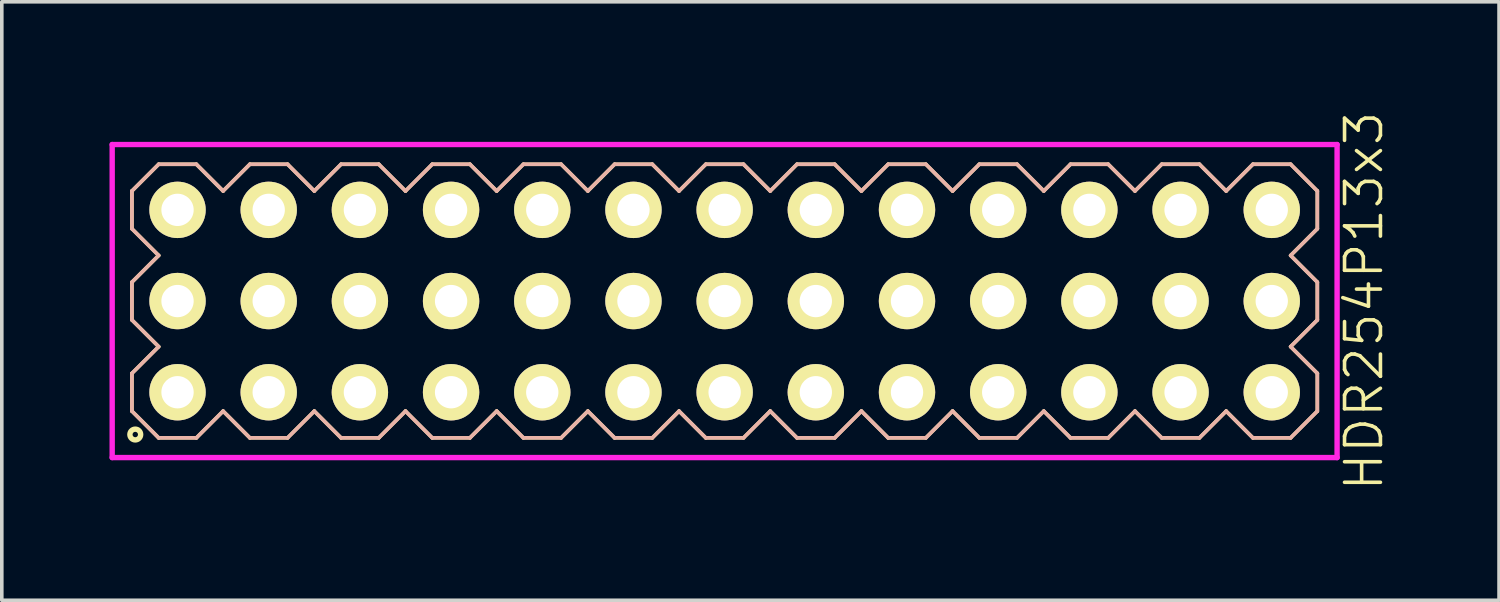
<source format=kicad_pcb>
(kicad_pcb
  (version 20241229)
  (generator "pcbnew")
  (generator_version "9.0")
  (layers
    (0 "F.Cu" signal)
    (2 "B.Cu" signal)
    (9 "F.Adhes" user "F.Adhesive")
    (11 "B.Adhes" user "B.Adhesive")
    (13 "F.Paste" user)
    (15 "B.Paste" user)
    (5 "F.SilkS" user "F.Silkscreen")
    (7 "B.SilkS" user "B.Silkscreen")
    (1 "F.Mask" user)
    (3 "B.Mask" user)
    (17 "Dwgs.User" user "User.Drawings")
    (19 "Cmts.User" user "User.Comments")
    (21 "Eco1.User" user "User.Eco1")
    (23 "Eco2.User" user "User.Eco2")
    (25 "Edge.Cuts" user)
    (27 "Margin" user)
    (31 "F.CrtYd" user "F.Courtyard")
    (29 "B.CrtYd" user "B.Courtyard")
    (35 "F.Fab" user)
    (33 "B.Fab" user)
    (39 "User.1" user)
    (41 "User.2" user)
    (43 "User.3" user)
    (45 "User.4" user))
  (footprint "HDR254P13x3"
    (layer "F.Cu")
    (at 17.135 5.336)
    (property "Reference" "HDR254P13x3" (at 17.81 0 90) (layer "F.SilkS") (effects (font (size 1 1) (thickness 0.1))))
    (attr through_hole)
    (fp_line (start -16.51 -3.066) (end -15.766 -3.81) (stroke (width 0.1) (type solid)) (layer "F.SilkS"))
    (fp_line (start -16.51 -2.014) (end -16.51 -3.066) (stroke (width 0.1) (type solid)) (layer "F.SilkS"))
    (fp_line (start -16.51 -0.526) (end -15.766 -1.27) (stroke (width 0.1) (type solid)) (layer "F.SilkS"))
    (fp_line (start -16.51 0.526) (end -16.51 -0.526) (stroke (width 0.1) (type solid)) (layer "F.SilkS"))
    (fp_line (start -16.51 2.014) (end -15.766 1.27) (stroke (width 0.1) (type solid)) (layer "F.SilkS"))
    (fp_line (start -16.51 3.066) (end -16.51 2.014) (stroke (width 0.1) (type solid)) (layer "F.SilkS"))
    (fp_line (start -15.766 -3.81) (end -14.714 -3.81) (stroke (width 0.1) (type solid)) (layer "F.SilkS"))
    (fp_line (start -15.766 -1.27) (end -16.51 -2.014) (stroke (width 0.1) (type solid)) (layer "F.SilkS"))
    (fp_line (start -15.766 1.27) (end -16.51 0.526) (stroke (width 0.1) (type solid)) (layer "F.SilkS"))
    (fp_line (start -15.766 3.81) (end -16.51 3.066) (stroke (width 0.1) (type solid)) (layer "F.SilkS"))
    (fp_line (start -14.714 -3.81) (end -13.97 -3.066) (stroke (width 0.1) (type solid)) (layer "F.SilkS"))
    (fp_line (start -14.714 3.81) (end -15.766 3.81) (stroke (width 0.1) (type solid)) (layer "F.SilkS"))
    (fp_line (start -13.97 -3.066) (end -13.226 -3.81) (stroke (width 0.1) (type solid)) (layer "F.SilkS"))
    (fp_line (start -13.97 3.066) (end -14.714 3.81) (stroke (width 0.1) (type solid)) (layer "F.SilkS"))
    (fp_line (start -13.226 -3.81) (end -12.174 -3.81) (stroke (width 0.1) (type solid)) (layer "F.SilkS"))
    (fp_line (start -13.226 3.81) (end -13.97 3.066) (stroke (width 0.1) (type solid)) (layer "F.SilkS"))
    (fp_line (start -12.174 -3.81) (end -11.43 -3.066) (stroke (width 0.1) (type solid)) (layer "F.SilkS"))
    (fp_line (start -12.174 3.81) (end -13.226 3.81) (stroke (width 0.1) (type solid)) (layer "F.SilkS"))
    (fp_line (start -11.43 -3.066) (end -10.686 -3.81) (stroke (width 0.1) (type solid)) (layer "F.SilkS"))
    (fp_line (start -11.43 3.066) (end -12.174 3.81) (stroke (width 0.1) (type solid)) (layer "F.SilkS"))
    (fp_line (start -10.686 -3.81) (end -9.634 -3.81) (stroke (width 0.1) (type solid)) (layer "F.SilkS"))
    (fp_line (start -10.686 3.81) (end -11.43 3.066) (stroke (width 0.1) (type solid)) (layer "F.SilkS"))
    (fp_line (start -9.634 -3.81) (end -8.89 -3.066) (stroke (width 0.1) (type solid)) (layer "F.SilkS"))
    (fp_line (start -9.634 3.81) (end -10.686 3.81) (stroke (width 0.1) (type solid)) (layer "F.SilkS"))
    (fp_line (start -8.89 -3.066) (end -8.146 -3.81) (stroke (width 0.1) (type solid)) (layer "F.SilkS"))
    (fp_line (start -8.89 3.066) (end -9.634 3.81) (stroke (width 0.1) (type solid)) (layer "F.SilkS"))
    (fp_line (start -8.146 -3.81) (end -7.094 -3.81) (stroke (width 0.1) (type solid)) (layer "F.SilkS"))
    (fp_line (start -8.146 3.81) (end -8.89 3.066) (stroke (width 0.1) (type solid)) (layer "F.SilkS"))
    (fp_line (start -7.094 -3.81) (end -6.35 -3.066) (stroke (width 0.1) (type solid)) (layer "F.SilkS"))
    (fp_line (start -7.094 3.81) (end -8.146 3.81) (stroke (width 0.1) (type solid)) (layer "F.SilkS"))
    (fp_line (start -6.35 -3.066) (end -5.606 -3.81) (stroke (width 0.1) (type solid)) (layer "F.SilkS"))
    (fp_line (start -6.35 3.066) (end -7.094 3.81) (stroke (width 0.1) (type solid)) (layer "F.SilkS"))
    (fp_line (start -5.606 -3.81) (end -4.554 -3.81) (stroke (width 0.1) (type solid)) (layer "F.SilkS"))
    (fp_line (start -5.606 3.81) (end -6.35 3.066) (stroke (width 0.1) (type solid)) (layer "F.SilkS"))
    (fp_line (start -4.554 -3.81) (end -3.81 -3.066) (stroke (width 0.1) (type solid)) (layer "F.SilkS"))
    (fp_line (start -4.554 3.81) (end -5.606 3.81) (stroke (width 0.1) (type solid)) (layer "F.SilkS"))
    (fp_line (start -3.81 -3.066) (end -3.066 -3.81) (stroke (width 0.1) (type solid)) (layer "F.SilkS"))
    (fp_line (start -3.81 3.066) (end -4.554 3.81) (stroke (width 0.1) (type solid)) (layer "F.SilkS"))
    (fp_line (start -3.066 -3.81) (end -2.014 -3.81) (stroke (width 0.1) (type solid)) (layer "F.SilkS"))
    (fp_line (start -3.066 3.81) (end -3.81 3.066) (stroke (width 0.1) (type solid)) (layer "F.SilkS"))
    (fp_line (start -2.014 -3.81) (end -1.27 -3.066) (stroke (width 0.1) (type solid)) (layer "F.SilkS"))
    (fp_line (start -2.014 3.81) (end -3.066 3.81) (stroke (width 0.1) (type solid)) (layer "F.SilkS"))
    (fp_line (start -1.27 -3.066) (end -0.526 -3.81) (stroke (width 0.1) (type solid)) (layer "F.SilkS"))
    (fp_line (start -1.27 3.066) (end -2.014 3.81) (stroke (width 0.1) (type solid)) (layer "F.SilkS"))
    (fp_line (start -0.526 -3.81) (end 0.526 -3.81) (stroke (width 0.1) (type solid)) (layer "F.SilkS"))
    (fp_line (start -0.526 3.81) (end -1.27 3.066) (stroke (width 0.1) (type solid)) (layer "F.SilkS"))
    (fp_line (start 0.526 -3.81) (end 1.27 -3.066) (stroke (width 0.1) (type solid)) (layer "F.SilkS"))
    (fp_line (start 0.526 3.81) (end -0.526 3.81) (stroke (width 0.1) (type solid)) (layer "F.SilkS"))
    (fp_line (start 1.27 -3.066) (end 2.014 -3.81) (stroke (width 0.1) (type solid)) (layer "F.SilkS"))
    (fp_line (start 1.27 3.066) (end 0.526 3.81) (stroke (width 0.1) (type solid)) (layer "F.SilkS"))
    (fp_line (start 2.014 -3.81) (end 3.066 -3.81) (stroke (width 0.1) (type solid)) (layer "F.SilkS"))
    (fp_line (start 2.014 3.81) (end 1.27 3.066) (stroke (width 0.1) (type solid)) (layer "F.SilkS"))
    (fp_line (start 3.066 -3.81) (end 3.81 -3.066) (stroke (width 0.1) (type solid)) (layer "F.SilkS"))
    (fp_line (start 3.066 3.81) (end 2.014 3.81) (stroke (width 0.1) (type solid)) (layer "F.SilkS"))
    (fp_line (start 3.81 -3.066) (end 4.554 -3.81) (stroke (width 0.1) (type solid)) (layer "F.SilkS"))
    (fp_line (start 3.81 3.066) (end 3.066 3.81) (stroke (width 0.1) (type solid)) (layer "F.SilkS"))
    (fp_line (start 4.554 -3.81) (end 5.606 -3.81) (stroke (width 0.1) (type solid)) (layer "F.SilkS"))
    (fp_line (start 4.554 3.81) (end 3.81 3.066) (stroke (width 0.1) (type solid)) (layer "F.SilkS"))
    (fp_line (start 5.606 -3.81) (end 6.35 -3.066) (stroke (width 0.1) (type solid)) (layer "F.SilkS"))
    (fp_line (start 5.606 3.81) (end 4.554 3.81) (stroke (width 0.1) (type solid)) (layer "F.SilkS"))
    (fp_line (start 6.35 -3.066) (end 7.094 -3.81) (stroke (width 0.1) (type solid)) (layer "F.SilkS"))
    (fp_line (start 6.35 3.066) (end 5.606 3.81) (stroke (width 0.1) (type solid)) (layer "F.SilkS"))
    (fp_line (start 7.094 -3.81) (end 8.146 -3.81) (stroke (width 0.1) (type solid)) (layer "F.SilkS"))
    (fp_line (start 7.094 3.81) (end 6.35 3.066) (stroke (width 0.1) (type solid)) (layer "F.SilkS"))
    (fp_line (start 8.146 -3.81) (end 8.89 -3.066) (stroke (width 0.1) (type solid)) (layer "F.SilkS"))
    (fp_line (start 8.146 3.81) (end 7.094 3.81) (stroke (width 0.1) (type solid)) (layer "F.SilkS"))
    (fp_line (start 8.89 -3.066) (end 9.634 -3.81) (stroke (width 0.1) (type solid)) (layer "F.SilkS"))
    (fp_line (start 8.89 3.066) (end 8.146 3.81) (stroke (width 0.1) (type solid)) (layer "F.SilkS"))
    (fp_line (start 9.634 -3.81) (end 10.686 -3.81) (stroke (width 0.1) (type solid)) (layer "F.SilkS"))
    (fp_line (start 9.634 3.81) (end 8.89 3.066) (stroke (width 0.1) (type solid)) (layer "F.SilkS"))
    (fp_line (start 10.686 -3.81) (end 11.43 -3.066) (stroke (width 0.1) (type solid)) (layer "F.SilkS"))
    (fp_line (start 10.686 3.81) (end 9.634 3.81) (stroke (width 0.1) (type solid)) (layer "F.SilkS"))
    (fp_line (start 11.43 -3.066) (end 12.174 -3.81) (stroke (width 0.1) (type solid)) (layer "F.SilkS"))
    (fp_line (start 11.43 3.066) (end 10.686 3.81) (stroke (width 0.1) (type solid)) (layer "F.SilkS"))
    (fp_line (start 12.174 -3.81) (end 13.226 -3.81) (stroke (width 0.1) (type solid)) (layer "F.SilkS"))
    (fp_line (start 12.174 3.81) (end 11.43 3.066) (stroke (width 0.1) (type solid)) (layer "F.SilkS"))
    (fp_line (start 13.226 -3.81) (end 13.97 -3.066) (stroke (width 0.1) (type solid)) (layer "F.SilkS"))
    (fp_line (start 13.226 3.81) (end 12.174 3.81) (stroke (width 0.1) (type solid)) (layer "F.SilkS"))
    (fp_line (start 13.97 -3.066) (end 14.714 -3.81) (stroke (width 0.1) (type solid)) (layer "F.SilkS"))
    (fp_line (start 13.97 3.066) (end 13.226 3.81) (stroke (width 0.1) (type solid)) (layer "F.SilkS"))
    (fp_line (start 14.714 -3.81) (end 15.766 -3.81) (stroke (width 0.1) (type solid)) (layer "F.SilkS"))
    (fp_line (start 14.714 3.81) (end 13.97 3.066) (stroke (width 0.1) (type solid)) (layer "F.SilkS"))
    (fp_line (start 15.766 -3.81) (end 16.51 -3.066) (stroke (width 0.1) (type solid)) (layer "F.SilkS"))
    (fp_line (start 15.766 -1.27) (end 16.51 -0.526) (stroke (width 0.1) (type solid)) (layer "F.SilkS"))
    (fp_line (start 15.766 1.27) (end 16.51 2.014) (stroke (width 0.1) (type solid)) (layer "F.SilkS"))
    (fp_line (start 15.766 3.81) (end 14.714 3.81) (stroke (width 0.1) (type solid)) (layer "F.SilkS"))
    (fp_line (start 16.51 -3.066) (end 16.51 -2.014) (stroke (width 0.1) (type solid)) (layer "F.SilkS"))
    (fp_line (start 16.51 -2.014) (end 15.766 -1.27) (stroke (width 0.1) (type solid)) (layer "F.SilkS"))
    (fp_line (start 16.51 -0.526) (end 16.51 0.526) (stroke (width 0.1) (type solid)) (layer "F.SilkS"))
    (fp_line (start 16.51 0.526) (end 15.766 1.27) (stroke (width 0.1) (type solid)) (layer "F.SilkS"))
    (fp_line (start 16.51 2.014) (end 16.51 3.066) (stroke (width 0.1) (type solid)) (layer "F.SilkS"))
    (fp_line (start 16.51 3.066) (end 15.766 3.81) (stroke (width 0.1) (type solid)) (layer "F.SilkS"))
    (fp_circle (center -16.417 3.718) (end -16.267 3.718) (stroke (width 0.15) (type solid)) (fill no) (layer "F.SilkS"))
    (fp_line (start -16.51 -3.066) (end -15.766 -3.81) (stroke (width 0.1) (type solid)) (layer "B.SilkS"))
    (fp_line (start -16.51 -2.014) (end -16.51 -3.066) (stroke (width 0.1) (type solid)) (layer "B.SilkS"))
    (fp_line (start -16.51 -0.526) (end -15.766 -1.27) (stroke (width 0.1) (type solid)) (layer "B.SilkS"))
    (fp_line (start -16.51 0.526) (end -16.51 -0.526) (stroke (width 0.1) (type solid)) (layer "B.SilkS"))
    (fp_line (start -16.51 2.014) (end -15.766 1.27) (stroke (width 0.1) (type solid)) (layer "B.SilkS"))
    (fp_line (start -16.51 3.066) (end -16.51 2.014) (stroke (width 0.1) (type solid)) (layer "B.SilkS"))
    (fp_line (start -15.766 -3.81) (end -14.714 -3.81) (stroke (width 0.1) (type solid)) (layer "B.SilkS"))
    (fp_line (start -15.766 -1.27) (end -16.51 -2.014) (stroke (width 0.1) (type solid)) (layer "B.SilkS"))
    (fp_line (start -15.766 1.27) (end -16.51 0.526) (stroke (width 0.1) (type solid)) (layer "B.SilkS"))
    (fp_line (start -15.766 3.81) (end -16.51 3.066) (stroke (width 0.1) (type solid)) (layer "B.SilkS"))
    (fp_line (start -14.714 -3.81) (end -13.97 -3.066) (stroke (width 0.1) (type solid)) (layer "B.SilkS"))
    (fp_line (start -14.714 3.81) (end -15.766 3.81) (stroke (width 0.1) (type solid)) (layer "B.SilkS"))
    (fp_line (start -13.97 -3.066) (end -13.226 -3.81) (stroke (width 0.1) (type solid)) (layer "B.SilkS"))
    (fp_line (start -13.97 3.066) (end -14.714 3.81) (stroke (width 0.1) (type solid)) (layer "B.SilkS"))
    (fp_line (start -13.226 -3.81) (end -12.174 -3.81) (stroke (width 0.1) (type solid)) (layer "B.SilkS"))
    (fp_line (start -13.226 3.81) (end -13.97 3.066) (stroke (width 0.1) (type solid)) (layer "B.SilkS"))
    (fp_line (start -12.174 -3.81) (end -11.43 -3.066) (stroke (width 0.1) (type solid)) (layer "B.SilkS"))
    (fp_line (start -12.174 3.81) (end -13.226 3.81) (stroke (width 0.1) (type solid)) (layer "B.SilkS"))
    (fp_line (start -11.43 -3.066) (end -10.686 -3.81) (stroke (width 0.1) (type solid)) (layer "B.SilkS"))
    (fp_line (start -11.43 3.066) (end -12.174 3.81) (stroke (width 0.1) (type solid)) (layer "B.SilkS"))
    (fp_line (start -10.686 -3.81) (end -9.634 -3.81) (stroke (width 0.1) (type solid)) (layer "B.SilkS"))
    (fp_line (start -10.686 3.81) (end -11.43 3.066) (stroke (width 0.1) (type solid)) (layer "B.SilkS"))
    (fp_line (start -9.634 -3.81) (end -8.89 -3.066) (stroke (width 0.1) (type solid)) (layer "B.SilkS"))
    (fp_line (start -9.634 3.81) (end -10.686 3.81) (stroke (width 0.1) (type solid)) (layer "B.SilkS"))
    (fp_line (start -8.89 -3.066) (end -8.146 -3.81) (stroke (width 0.1) (type solid)) (layer "B.SilkS"))
    (fp_line (start -8.89 3.066) (end -9.634 3.81) (stroke (width 0.1) (type solid)) (layer "B.SilkS"))
    (fp_line (start -8.146 -3.81) (end -7.094 -3.81) (stroke (width 0.1) (type solid)) (layer "B.SilkS"))
    (fp_line (start -8.146 3.81) (end -8.89 3.066) (stroke (width 0.1) (type solid)) (layer "B.SilkS"))
    (fp_line (start -7.094 -3.81) (end -6.35 -3.066) (stroke (width 0.1) (type solid)) (layer "B.SilkS"))
    (fp_line (start -7.094 3.81) (end -8.146 3.81) (stroke (width 0.1) (type solid)) (layer "B.SilkS"))
    (fp_line (start -6.35 -3.066) (end -5.606 -3.81) (stroke (width 0.1) (type solid)) (layer "B.SilkS"))
    (fp_line (start -6.35 3.066) (end -7.094 3.81) (stroke (width 0.1) (type solid)) (layer "B.SilkS"))
    (fp_line (start -5.606 -3.81) (end -4.554 -3.81) (stroke (width 0.1) (type solid)) (layer "B.SilkS"))
    (fp_line (start -5.606 3.81) (end -6.35 3.066) (stroke (width 0.1) (type solid)) (layer "B.SilkS"))
    (fp_line (start -4.554 -3.81) (end -3.81 -3.066) (stroke (width 0.1) (type solid)) (layer "B.SilkS"))
    (fp_line (start -4.554 3.81) (end -5.606 3.81) (stroke (width 0.1) (type solid)) (layer "B.SilkS"))
    (fp_line (start -3.81 -3.066) (end -3.066 -3.81) (stroke (width 0.1) (type solid)) (layer "B.SilkS"))
    (fp_line (start -3.81 3.066) (end -4.554 3.81) (stroke (width 0.1) (type solid)) (layer "B.SilkS"))
    (fp_line (start -3.066 -3.81) (end -2.014 -3.81) (stroke (width 0.1) (type solid)) (layer "B.SilkS"))
    (fp_line (start -3.066 3.81) (end -3.81 3.066) (stroke (width 0.1) (type solid)) (layer "B.SilkS"))
    (fp_line (start -2.014 -3.81) (end -1.27 -3.066) (stroke (width 0.1) (type solid)) (layer "B.SilkS"))
    (fp_line (start -2.014 3.81) (end -3.066 3.81) (stroke (width 0.1) (type solid)) (layer "B.SilkS"))
    (fp_line (start -1.27 -3.066) (end -0.526 -3.81) (stroke (width 0.1) (type solid)) (layer "B.SilkS"))
    (fp_line (start -1.27 3.066) (end -2.014 3.81) (stroke (width 0.1) (type solid)) (layer "B.SilkS"))
    (fp_line (start -0.526 -3.81) (end 0.526 -3.81) (stroke (width 0.1) (type solid)) (layer "B.SilkS"))
    (fp_line (start -0.526 3.81) (end -1.27 3.066) (stroke (width 0.1) (type solid)) (layer "B.SilkS"))
    (fp_line (start 0.526 -3.81) (end 1.27 -3.066) (stroke (width 0.1) (type solid)) (layer "B.SilkS"))
    (fp_line (start 0.526 3.81) (end -0.526 3.81) (stroke (width 0.1) (type solid)) (layer "B.SilkS"))
    (fp_line (start 1.27 -3.066) (end 2.014 -3.81) (stroke (width 0.1) (type solid)) (layer "B.SilkS"))
    (fp_line (start 1.27 3.066) (end 0.526 3.81) (stroke (width 0.1) (type solid)) (layer "B.SilkS"))
    (fp_line (start 2.014 -3.81) (end 3.066 -3.81) (stroke (width 0.1) (type solid)) (layer "B.SilkS"))
    (fp_line (start 2.014 3.81) (end 1.27 3.066) (stroke (width 0.1) (type solid)) (layer "B.SilkS"))
    (fp_line (start 3.066 -3.81) (end 3.81 -3.066) (stroke (width 0.1) (type solid)) (layer "B.SilkS"))
    (fp_line (start 3.066 3.81) (end 2.014 3.81) (stroke (width 0.1) (type solid)) (layer "B.SilkS"))
    (fp_line (start 3.81 -3.066) (end 4.554 -3.81) (stroke (width 0.1) (type solid)) (layer "B.SilkS"))
    (fp_line (start 3.81 3.066) (end 3.066 3.81) (stroke (width 0.1) (type solid)) (layer "B.SilkS"))
    (fp_line (start 4.554 -3.81) (end 5.606 -3.81) (stroke (width 0.1) (type solid)) (layer "B.SilkS"))
    (fp_line (start 4.554 3.81) (end 3.81 3.066) (stroke (width 0.1) (type solid)) (layer "B.SilkS"))
    (fp_line (start 5.606 -3.81) (end 6.35 -3.066) (stroke (width 0.1) (type solid)) (layer "B.SilkS"))
    (fp_line (start 5.606 3.81) (end 4.554 3.81) (stroke (width 0.1) (type solid)) (layer "B.SilkS"))
    (fp_line (start 6.35 -3.066) (end 7.094 -3.81) (stroke (width 0.1) (type solid)) (layer "B.SilkS"))
    (fp_line (start 6.35 3.066) (end 5.606 3.81) (stroke (width 0.1) (type solid)) (layer "B.SilkS"))
    (fp_line (start 7.094 -3.81) (end 8.146 -3.81) (stroke (width 0.1) (type solid)) (layer "B.SilkS"))
    (fp_line (start 7.094 3.81) (end 6.35 3.066) (stroke (width 0.1) (type solid)) (layer "B.SilkS"))
    (fp_line (start 8.146 -3.81) (end 8.89 -3.066) (stroke (width 0.1) (type solid)) (layer "B.SilkS"))
    (fp_line (start 8.146 3.81) (end 7.094 3.81) (stroke (width 0.1) (type solid)) (layer "B.SilkS"))
    (fp_line (start 8.89 -3.066) (end 9.634 -3.81) (stroke (width 0.1) (type solid)) (layer "B.SilkS"))
    (fp_line (start 8.89 3.066) (end 8.146 3.81) (stroke (width 0.1) (type solid)) (layer "B.SilkS"))
    (fp_line (start 9.634 -3.81) (end 10.686 -3.81) (stroke (width 0.1) (type solid)) (layer "B.SilkS"))
    (fp_line (start 9.634 3.81) (end 8.89 3.066) (stroke (width 0.1) (type solid)) (layer "B.SilkS"))
    (fp_line (start 10.686 -3.81) (end 11.43 -3.066) (stroke (width 0.1) (type solid)) (layer "B.SilkS"))
    (fp_line (start 10.686 3.81) (end 9.634 3.81) (stroke (width 0.1) (type solid)) (layer "B.SilkS"))
    (fp_line (start 11.43 -3.066) (end 12.174 -3.81) (stroke (width 0.1) (type solid)) (layer "B.SilkS"))
    (fp_line (start 11.43 3.066) (end 10.686 3.81) (stroke (width 0.1) (type solid)) (layer "B.SilkS"))
    (fp_line (start 12.174 -3.81) (end 13.226 -3.81) (stroke (width 0.1) (type solid)) (layer "B.SilkS"))
    (fp_line (start 12.174 3.81) (end 11.43 3.066) (stroke (width 0.1) (type solid)) (layer "B.SilkS"))
    (fp_line (start 13.226 -3.81) (end 13.97 -3.066) (stroke (width 0.1) (type solid)) (layer "B.SilkS"))
    (fp_line (start 13.226 3.81) (end 12.174 3.81) (stroke (width 0.1) (type solid)) (layer "B.SilkS"))
    (fp_line (start 13.97 -3.066) (end 14.714 -3.81) (stroke (width 0.1) (type solid)) (layer "B.SilkS"))
    (fp_line (start 13.97 3.066) (end 13.226 3.81) (stroke (width 0.1) (type solid)) (layer "B.SilkS"))
    (fp_line (start 14.714 -3.81) (end 15.766 -3.81) (stroke (width 0.1) (type solid)) (layer "B.SilkS"))
    (fp_line (start 14.714 3.81) (end 13.97 3.066) (stroke (width 0.1) (type solid)) (layer "B.SilkS"))
    (fp_line (start 15.766 -3.81) (end 16.51 -3.066) (stroke (width 0.1) (type solid)) (layer "B.SilkS"))
    (fp_line (start 15.766 -1.27) (end 16.51 -0.526) (stroke (width 0.1) (type solid)) (layer "B.SilkS"))
    (fp_line (start 15.766 1.27) (end 16.51 2.014) (stroke (width 0.1) (type solid)) (layer "B.SilkS"))
    (fp_line (start 15.766 3.81) (end 14.714 3.81) (stroke (width 0.1) (type solid)) (layer "B.SilkS"))
    (fp_line (start 16.51 -3.066) (end 16.51 -2.014) (stroke (width 0.1) (type solid)) (layer "B.SilkS"))
    (fp_line (start 16.51 -2.014) (end 15.766 -1.27) (stroke (width 0.1) (type solid)) (layer "B.SilkS"))
    (fp_line (start 16.51 -0.526) (end 16.51 0.526) (stroke (width 0.1) (type solid)) (layer "B.SilkS"))
    (fp_line (start 16.51 0.526) (end 15.766 1.27) (stroke (width 0.1) (type solid)) (layer "B.SilkS"))
    (fp_line (start 16.51 2.014) (end 16.51 3.066) (stroke (width 0.1) (type solid)) (layer "B.SilkS"))
    (fp_line (start 16.51 3.066) (end 15.766 3.81) (stroke (width 0.1) (type solid)) (layer "B.SilkS"))
    (fp_line (start -17.06 -4.36) (end -17.06 4.36) (stroke (width 0.15) (type solid)) (layer "F.CrtYd"))
    (fp_line (start -17.06 4.36) (end 17.06 4.36) (stroke (width 0.15) (type solid)) (layer "F.CrtYd"))
    (fp_line (start 17.06 -4.36) (end -17.06 -4.36) (stroke (width 0.15) (type solid)) (layer "F.CrtYd"))
    (fp_line (start 17.06 4.36) (end 17.06 -4.36) (stroke (width 0.15) (type solid)) (layer "F.CrtYd"))
    (pad "1" thru_hole oval (at -15.24 2.54) (size 1.57 1.57) (drill 0.9) (layers "*.Cu" "*.Mask" "F.SilkS"))
    (pad "2" thru_hole oval (at -15.24 0) (size 1.57 1.57) (drill 0.9) (layers "*.Cu" "*.Mask" "F.SilkS"))
    (pad "3" thru_hole oval (at -15.24 -2.54) (size 1.57 1.57) (drill 0.9) (layers "*.Cu" "*.Mask" "F.SilkS"))
    (pad "4" thru_hole oval (at -12.7 2.54) (size 1.57 1.57) (drill 0.9) (layers "*.Cu" "*.Mask" "F.SilkS"))
    (pad "5" thru_hole oval (at -12.7 0) (size 1.57 1.57) (drill 0.9) (layers "*.Cu" "*.Mask" "F.SilkS"))
    (pad "6" thru_hole oval (at -12.7 -2.54) (size 1.57 1.57) (drill 0.9) (layers "*.Cu" "*.Mask" "F.SilkS"))
    (pad "7" thru_hole oval (at -10.16 2.54) (size 1.57 1.57) (drill 0.9) (layers "*.Cu" "*.Mask" "F.SilkS"))
    (pad "8" thru_hole oval (at -10.16 0) (size 1.57 1.57) (drill 0.9) (layers "*.Cu" "*.Mask" "F.SilkS"))
    (pad "9" thru_hole oval (at -10.16 -2.54) (size 1.57 1.57) (drill 0.9) (layers "*.Cu" "*.Mask" "F.SilkS"))
    (pad "10" thru_hole oval (at -7.62 2.54) (size 1.57 1.57) (drill 0.9) (layers "*.Cu" "*.Mask" "F.SilkS"))
    (pad "11" thru_hole oval (at -7.62 0) (size 1.57 1.57) (drill 0.9) (layers "*.Cu" "*.Mask" "F.SilkS"))
    (pad "12" thru_hole oval (at -7.62 -2.54) (size 1.57 1.57) (drill 0.9) (layers "*.Cu" "*.Mask" "F.SilkS"))
    (pad "13" thru_hole oval (at -5.08 2.54) (size 1.57 1.57) (drill 0.9) (layers "*.Cu" "*.Mask" "F.SilkS"))
    (pad "14" thru_hole oval (at -5.08 0) (size 1.57 1.57) (drill 0.9) (layers "*.Cu" "*.Mask" "F.SilkS"))
    (pad "15" thru_hole oval (at -5.08 -2.54) (size 1.57 1.57) (drill 0.9) (layers "*.Cu" "*.Mask" "F.SilkS"))
    (pad "16" thru_hole oval (at -2.54 2.54) (size 1.57 1.57) (drill 0.9) (layers "*.Cu" "*.Mask" "F.SilkS"))
    (pad "17" thru_hole oval (at -2.54 0) (size 1.57 1.57) (drill 0.9) (layers "*.Cu" "*.Mask" "F.SilkS"))
    (pad "18" thru_hole oval (at -2.54 -2.54) (size 1.57 1.57) (drill 0.9) (layers "*.Cu" "*.Mask" "F.SilkS"))
    (pad "19" thru_hole oval (at 0 2.54) (size 1.57 1.57) (drill 0.9) (layers "*.Cu" "*.Mask" "F.SilkS"))
    (pad "20" thru_hole oval (at 0 0) (size 1.57 1.57) (drill 0.9) (layers "*.Cu" "*.Mask" "F.SilkS"))
    (pad "21" thru_hole oval (at 0 -2.54) (size 1.57 1.57) (drill 0.9) (layers "*.Cu" "*.Mask" "F.SilkS"))
    (pad "22" thru_hole oval (at 2.54 2.54) (size 1.57 1.57) (drill 0.9) (layers "*.Cu" "*.Mask" "F.SilkS"))
    (pad "23" thru_hole oval (at 2.54 0) (size 1.57 1.57) (drill 0.9) (layers "*.Cu" "*.Mask" "F.SilkS"))
    (pad "24" thru_hole oval (at 2.54 -2.54) (size 1.57 1.57) (drill 0.9) (layers "*.Cu" "*.Mask" "F.SilkS"))
    (pad "25" thru_hole oval (at 5.08 2.54) (size 1.57 1.57) (drill 0.9) (layers "*.Cu" "*.Mask" "F.SilkS"))
    (pad "26" thru_hole oval (at 5.08 0) (size 1.57 1.57) (drill 0.9) (layers "*.Cu" "*.Mask" "F.SilkS"))
    (pad "27" thru_hole oval (at 5.08 -2.54) (size 1.57 1.57) (drill 0.9) (layers "*.Cu" "*.Mask" "F.SilkS"))
    (pad "28" thru_hole oval (at 7.62 2.54) (size 1.57 1.57) (drill 0.9) (layers "*.Cu" "*.Mask" "F.SilkS"))
    (pad "29" thru_hole oval (at 7.62 0) (size 1.57 1.57) (drill 0.9) (layers "*.Cu" "*.Mask" "F.SilkS"))
    (pad "30" thru_hole oval (at 7.62 -2.54) (size 1.57 1.57) (drill 0.9) (layers "*.Cu" "*.Mask" "F.SilkS"))
    (pad "31" thru_hole oval (at 10.16 2.54) (size 1.57 1.57) (drill 0.9) (layers "*.Cu" "*.Mask" "F.SilkS"))
    (pad "32" thru_hole oval (at 10.16 0) (size 1.57 1.57) (drill 0.9) (layers "*.Cu" "*.Mask" "F.SilkS"))
    (pad "33" thru_hole oval (at 10.16 -2.54) (size 1.57 1.57) (drill 0.9) (layers "*.Cu" "*.Mask" "F.SilkS"))
    (pad "34" thru_hole oval (at 12.7 2.54) (size 1.57 1.57) (drill 0.9) (layers "*.Cu" "*.Mask" "F.SilkS"))
    (pad "35" thru_hole oval (at 12.7 0) (size 1.57 1.57) (drill 0.9) (layers "*.Cu" "*.Mask" "F.SilkS"))
    (pad "36" thru_hole oval (at 12.7 -2.54) (size 1.57 1.57) (drill 0.9) (layers "*.Cu" "*.Mask" "F.SilkS"))
    (pad "37" thru_hole oval (at 15.24 2.54) (size 1.57 1.57) (drill 0.9) (layers "*.Cu" "*.Mask" "F.SilkS"))
    (pad "38" thru_hole oval (at 15.24 0) (size 1.57 1.57) (drill 0.9) (layers "*.Cu" "*.Mask" "F.SilkS"))
    (pad "39" thru_hole oval (at 15.24 -2.54) (size 1.57 1.57) (drill 0.9) (layers "*.Cu" "*.Mask" "F.SilkS")))
  (gr_rect
    (start -3 -3)
    (end 38.706 13.671)
    (stroke (width 0.1) (type default))
    (fill no)
    (layer "Edge.Cuts")))
</source>
